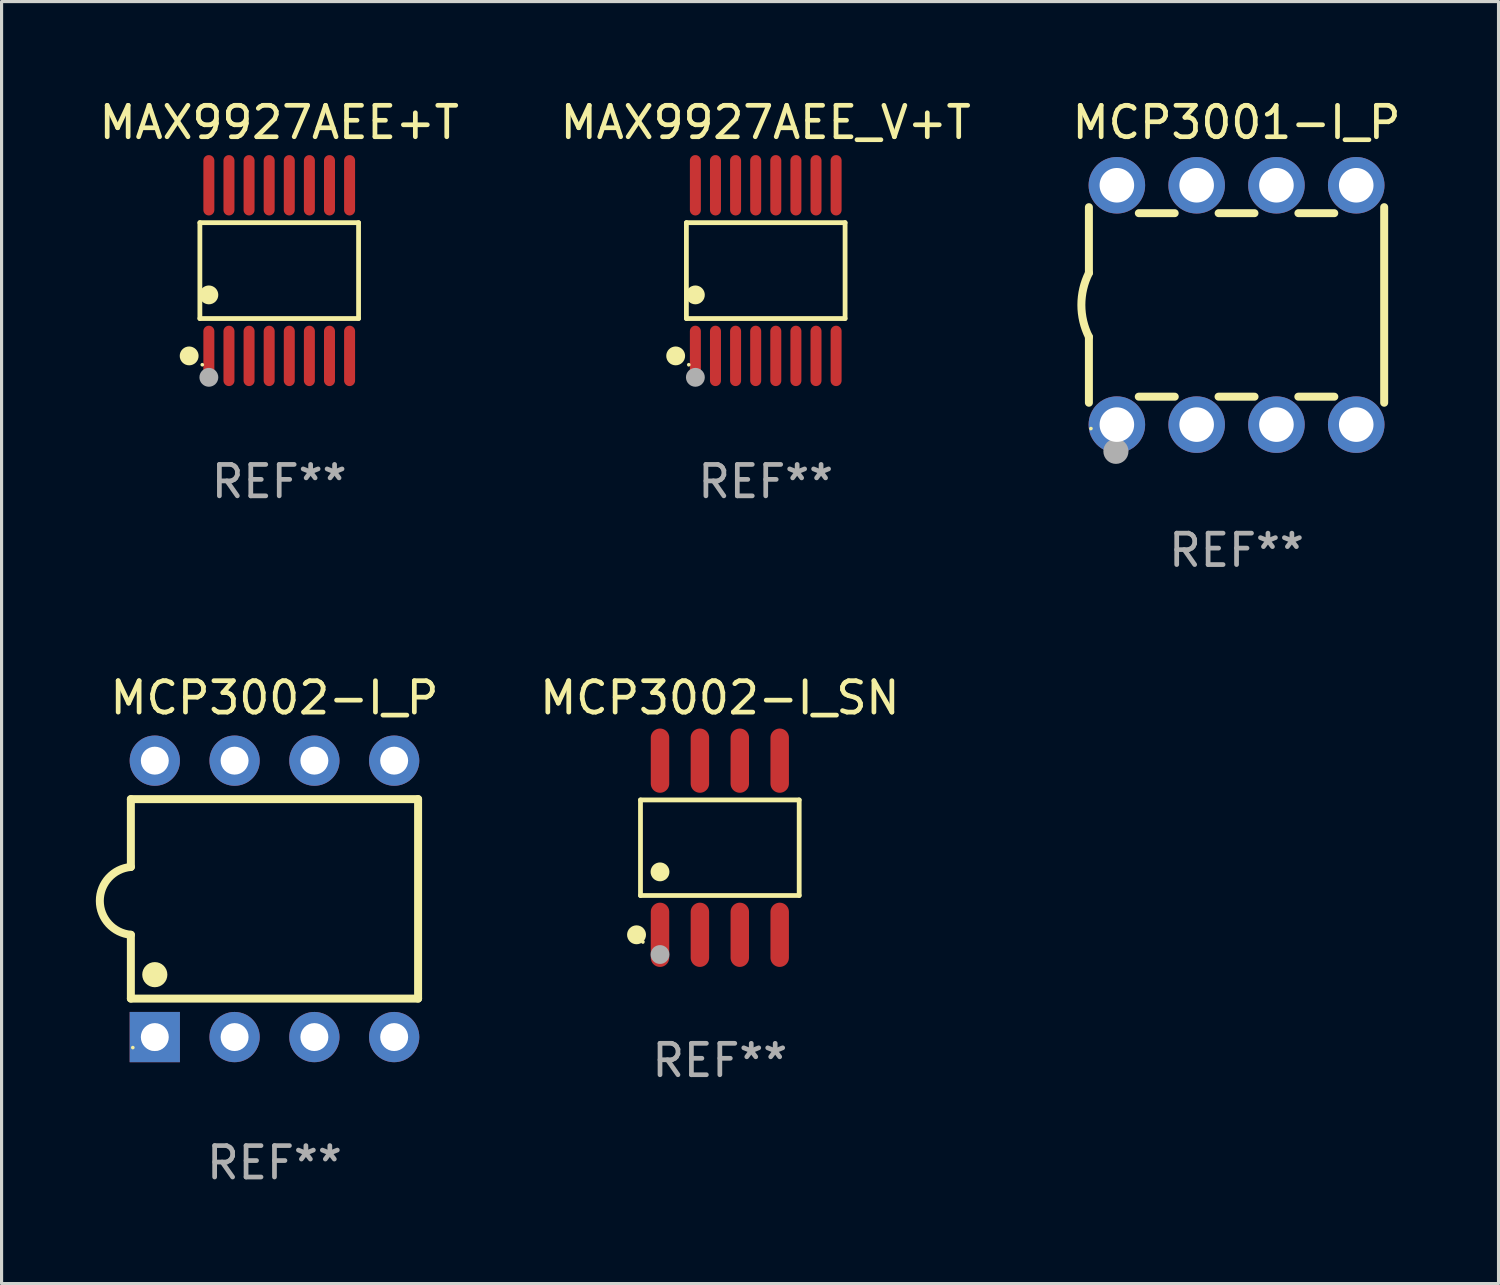
<source format=kicad_pcb>
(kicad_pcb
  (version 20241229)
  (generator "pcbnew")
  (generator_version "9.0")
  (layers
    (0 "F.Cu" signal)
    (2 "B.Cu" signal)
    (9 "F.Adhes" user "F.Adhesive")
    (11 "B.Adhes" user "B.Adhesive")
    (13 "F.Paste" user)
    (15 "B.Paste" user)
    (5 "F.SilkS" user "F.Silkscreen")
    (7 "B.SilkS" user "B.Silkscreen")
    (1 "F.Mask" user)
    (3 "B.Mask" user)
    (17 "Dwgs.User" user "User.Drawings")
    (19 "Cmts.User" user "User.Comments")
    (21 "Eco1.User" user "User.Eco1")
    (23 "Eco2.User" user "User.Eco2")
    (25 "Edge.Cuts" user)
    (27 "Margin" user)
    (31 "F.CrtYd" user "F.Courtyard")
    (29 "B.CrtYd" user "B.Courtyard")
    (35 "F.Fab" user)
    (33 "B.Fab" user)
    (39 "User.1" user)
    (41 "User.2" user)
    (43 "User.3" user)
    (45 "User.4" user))
  (footprint "MAX9927AEE+T"
    (layer "F.Cu")
    (at 5.839 5.564)
    (property "Reference" "MAX9927AEE+T" (at 0 -4.716 0) (layer "F.SilkS") (effects (font (size 1 1) (thickness 0.15))))
    (attr through_hole)
    (fp_line (start -2.526 -1.526) (end 2.526 -1.526) (stroke (width 0.152) (type solid)) (layer "F.SilkS"))
    (fp_line (start -2.526 1.526) (end -2.526 -1.526) (stroke (width 0.152) (type solid)) (layer "F.SilkS"))
    (fp_line (start 2.526 -1.526) (end 2.526 1.526) (stroke (width 0.152) (type solid)) (layer "F.SilkS"))
    (fp_line (start 2.526 1.526) (end -2.526 1.526) (stroke (width 0.152) (type solid)) (layer "F.SilkS"))
    (fp_circle (center -2.867 2.716) (end -2.717 2.716) (stroke (width 0.3) (type solid)) (fill no) (layer "F.SilkS"))
    (fp_circle (center -2.45 2.997) (end -2.42 2.997) (stroke (width 0.06) (type solid)) (fill no) (layer "F.SilkS"))
    (fp_circle (center -2.24 0.774) (end -2.09 0.774) (stroke (width 0.3) (type solid)) (fill no) (layer "F.SilkS"))
    (fp_circle (center -2.24 3.398) (end -2.09 3.398) (stroke (width 0.3) (type solid)) (fill no) (layer "F.Fab"))
    (fp_text user "REF**" (at 0 6.716 0) (layer "F.Fab") (effects (font (size 1 1) (thickness 0.15))))
    (pad "1" smd oval (at -2.24 2.716) (size 0.35 1.922) (layers "F.Cu" "F.Mask" "F.Paste"))
    (pad "2" smd oval (at -1.6 2.716) (size 0.35 1.922) (layers "F.Cu" "F.Mask" "F.Paste"))
    (pad "3" smd oval (at -0.96 2.716) (size 0.35 1.922) (layers "F.Cu" "F.Mask" "F.Paste"))
    (pad "4" smd oval (at -0.32 2.716) (size 0.35 1.922) (layers "F.Cu" "F.Mask" "F.Paste"))
    (pad "5" smd oval (at 0.32 2.716) (size 0.35 1.922) (layers "F.Cu" "F.Mask" "F.Paste"))
    (pad "6" smd oval (at 0.96 2.716) (size 0.35 1.922) (layers "F.Cu" "F.Mask" "F.Paste"))
    (pad "7" smd oval (at 1.6 2.716) (size 0.35 1.922) (layers "F.Cu" "F.Mask" "F.Paste"))
    (pad "8" smd oval (at 2.24 2.716) (size 0.35 1.922) (layers "F.Cu" "F.Mask" "F.Paste"))
    (pad "9" smd oval (at 2.24 -2.716) (size 0.35 1.922) (layers "F.Cu" "F.Mask" "F.Paste"))
    (pad "10" smd oval (at 1.6 -2.716) (size 0.35 1.922) (layers "F.Cu" "F.Mask" "F.Paste"))
    (pad "11" smd oval (at 0.96 -2.716) (size 0.35 1.922) (layers "F.Cu" "F.Mask" "F.Paste"))
    (pad "12" smd oval (at 0.32 -2.716) (size 0.35 1.922) (layers "F.Cu" "F.Mask" "F.Paste"))
    (pad "13" smd oval (at -0.32 -2.716) (size 0.35 1.922) (layers "F.Cu" "F.Mask" "F.Paste"))
    (pad "14" smd oval (at -0.96 -2.716) (size 0.35 1.922) (layers "F.Cu" "F.Mask" "F.Paste"))
    (pad "15" smd oval (at -1.6 -2.716) (size 0.35 1.922) (layers "F.Cu" "F.Mask" "F.Paste"))
    (pad "16" smd oval (at -2.24 -2.716) (size 0.35 1.922) (layers "F.Cu" "F.Mask" "F.Paste")))
  (footprint "MCP3002-I_P"
    (layer "F.Cu")
    (at 5.688 25.565)
    (property "Reference" "MCP3002-I_P" (at 0 -6.4 0) (layer "F.SilkS") (effects (font (size 1 1) (thickness 0.15))))
    (attr through_hole)
    (fp_line (start -4.572 -1.016) (end -4.572 -3.175) (stroke (width 0.254) (type solid)) (layer "F.SilkS"))
    (fp_line (start -4.572 1.143) (end -4.572 3.175) (stroke (width 0.254) (type solid)) (layer "F.SilkS"))
    (fp_line (start -4.572 3.175) (end 4.572 3.175) (stroke (width 0.254) (type solid)) (layer "F.SilkS"))
    (fp_line (start 4.572 -3.175) (end -4.572 -3.175) (stroke (width 0.254) (type solid)) (layer "F.SilkS"))
    (fp_line (start 4.572 3.175) (end 4.572 -3.175) (stroke (width 0.254) (type solid)) (layer "F.SilkS"))
    (fp_arc (start -4.572009 1.143002) (mid -5.56071 0.0635) (end -4.572009 -1.016002) (stroke (width 0.254001) (type solid)) (layer "F.SilkS"))
    (fp_circle (center -4.51 4.735) (end -4.48 4.735) (stroke (width 0.06) (type solid)) (fill no) (layer "F.SilkS"))
    (fp_circle (center -3.81 2.413) (end -3.61 2.413) (stroke (width 0.4) (type solid)) (fill no) (layer "F.SilkS"))
    (fp_circle (center -3.81 4.445) (end -3.61 4.445) (stroke (width 0.4) (type solid)) (fill no) (layer "F.Fab"))
    (fp_text user "REF**" (at 0 8.4 0) (layer "F.Fab") (effects (font (size 1 1) (thickness 0.15))))
    (pad "1" thru_hole rect (at -3.81 4.4) (size 1.6 1.6) (drill 0.889) (layers "*.Cu" "*.Mask"))
    (pad "2" thru_hole circle (at -1.27 4.4) (size 1.6 1.6) (drill 0.889) (layers "*.Cu" "*.Mask"))
    (pad "3" thru_hole circle (at 1.27 4.4) (size 1.6 1.6) (drill 0.889) (layers "*.Cu" "*.Mask"))
    (pad "4" thru_hole circle (at 3.81 4.4) (size 1.6 1.6) (drill 0.889) (layers "*.Cu" "*.Mask"))
    (pad "5" thru_hole circle (at 3.81 -4.4) (size 1.6 1.6) (drill 0.889) (layers "*.Cu" "*.Mask"))
    (pad "6" thru_hole circle (at 1.27 -4.4) (size 1.6 1.6) (drill 0.889) (layers "*.Cu" "*.Mask"))
    (pad "7" thru_hole circle (at -1.27 -4.4) (size 1.6 1.6) (drill 0.889) (layers "*.Cu" "*.Mask"))
    (pad "8" thru_hole circle (at -3.81 -4.4) (size 1.6 1.6) (drill 0.889) (layers "*.Cu" "*.Mask")))
  (footprint "MCP3002-I_SN"
    (layer "F.Cu")
    (at 19.866 23.937)
    (property "Reference" "MCP3002-I_SN" (at 0 -4.772 0) (layer "F.SilkS") (effects (font (size 1 1) (thickness 0.15))))
    (attr through_hole)
    (fp_line (start -2.526 -1.521) (end 2.526 -1.521) (stroke (width 0.152) (type solid)) (layer "F.SilkS"))
    (fp_line (start -2.526 1.521) (end -2.526 -1.521) (stroke (width 0.152) (type solid)) (layer "F.SilkS"))
    (fp_line (start 2.526 -1.521) (end 2.526 1.521) (stroke (width 0.152) (type solid)) (layer "F.SilkS"))
    (fp_line (start 2.526 1.521) (end -2.526 1.521) (stroke (width 0.152) (type solid)) (layer "F.SilkS"))
    (fp_circle (center -2.652 2.772) (end -2.501 2.772) (stroke (width 0.3) (type solid)) (fill no) (layer "F.SilkS"))
    (fp_circle (center -2.45 3) (end -2.42 3) (stroke (width 0.06) (type solid)) (fill no) (layer "F.SilkS"))
    (fp_circle (center -1.905 0.769) (end -1.755 0.769) (stroke (width 0.3) (type solid)) (fill no) (layer "F.SilkS"))
    (fp_circle (center -1.905 3.4) (end -1.755 3.4) (stroke (width 0.3) (type solid)) (fill no) (layer "F.Fab"))
    (fp_text user "REF**" (at 0 6.772 0) (layer "F.Fab") (effects (font (size 1 1) (thickness 0.15))))
    (pad "1" smd oval (at -1.905 2.772) (size 0.588 2.045) (layers "F.Cu" "F.Mask" "F.Paste"))
    (pad "2" smd oval (at -0.635 2.772) (size 0.588 2.045) (layers "F.Cu" "F.Mask" "F.Paste"))
    (pad "3" smd oval (at 0.635 2.772) (size 0.588 2.045) (layers "F.Cu" "F.Mask" "F.Paste"))
    (pad "4" smd oval (at 1.905 2.772) (size 0.588 2.045) (layers "F.Cu" "F.Mask" "F.Paste"))
    (pad "5" smd oval (at 1.905 -2.772) (size 0.588 2.045) (layers "F.Cu" "F.Mask" "F.Paste"))
    (pad "6" smd oval (at 0.635 -2.772) (size 0.588 2.045) (layers "F.Cu" "F.Mask" "F.Paste"))
    (pad "7" smd oval (at -0.635 -2.772) (size 0.588 2.045) (layers "F.Cu" "F.Mask" "F.Paste"))
    (pad "8" smd oval (at -1.905 -2.772) (size 0.588 2.045) (layers "F.Cu" "F.Mask" "F.Paste")))
  (footprint "MCP3001-I_P"
    (layer "F.Cu")
    (at 36.315 6.658)
    (property "Reference" "MCP3001-I_P" (at 0 -5.81 0) (layer "F.SilkS") (effects (font (size 1 1) (thickness 0.15))))
    (attr through_hole)
    (fp_line (start -4.7 -1.017) (end -4.7 -3.113) (stroke (width 0.254) (type solid)) (layer "F.SilkS"))
    (fp_line (start -4.7 1.015) (end -4.7 3.113) (stroke (width 0.254) (type solid)) (layer "F.SilkS"))
    (fp_line (start -3.113 2.92) (end -1.967 2.92) (stroke (width 0.254) (type solid)) (layer "F.SilkS"))
    (fp_line (start -3.111 -2.922) (end -1.969 -2.922) (stroke (width 0.254) (type solid)) (layer "F.SilkS"))
    (fp_line (start -0.573 2.92) (end 0.573 2.92) (stroke (width 0.254) (type solid)) (layer "F.SilkS"))
    (fp_line (start -0.571 -2.922) (end 0.571 -2.922) (stroke (width 0.254) (type solid)) (layer "F.SilkS"))
    (fp_line (start 1.967 2.92) (end 3.113 2.92) (stroke (width 0.254) (type solid)) (layer "F.SilkS"))
    (fp_line (start 1.969 -2.922) (end 3.111 -2.922) (stroke (width 0.254) (type solid)) (layer "F.SilkS"))
    (fp_line (start 4.7 -3.113) (end 4.7 3.113) (stroke (width 0.254) (type solid)) (layer "F.SilkS"))
    (fp_arc (start -4.7 1.01524) (mid -4.939846 -0.000762) (end -4.7 -1.016764) (stroke (width 0.254001) (type solid)) (layer "F.SilkS"))
    (fp_circle (center -4.636 3.935) (end -4.606 3.935) (stroke (width 0.06) (type solid)) (fill no) (layer "F.SilkS"))
    (fp_circle (center -3.84 4.66) (end -3.64 4.66) (stroke (width 0.4) (type solid)) (fill no) (layer "F.Fab"))
    (fp_text user "REF**" (at 0 7.81 0) (layer "F.Fab") (effects (font (size 1 1) (thickness 0.15))))
    (pad "1" thru_hole circle (at -3.81 3.81) (size 1.8 1.8) (drill 1.1) (layers "*.Cu" "*.Mask"))
    (pad "2" thru_hole circle (at -1.27 3.81) (size 1.8 1.8) (drill 1.1) (layers "*.Cu" "*.Mask"))
    (pad "3" thru_hole circle (at 1.27 3.81) (size 1.8 1.8) (drill 1.1) (layers "*.Cu" "*.Mask"))
    (pad "4" thru_hole circle (at 3.81 3.81) (size 1.8 1.8) (drill 1.1) (layers "*.Cu" "*.Mask"))
    (pad "5" thru_hole circle (at 3.81 -3.81) (size 1.8 1.8) (drill 1.1) (layers "*.Cu" "*.Mask"))
    (pad "6" thru_hole circle (at 1.27 -3.81) (size 1.8 1.8) (drill 1.1) (layers "*.Cu" "*.Mask"))
    (pad "7" thru_hole circle (at -1.27 -3.81) (size 1.8 1.8) (drill 1.1) (layers "*.Cu" "*.Mask"))
    (pad "8" thru_hole circle (at -3.81 -3.81) (size 1.8 1.8) (drill 1.1) (layers "*.Cu" "*.Mask")))
  (footprint "MAX9927AEE_V+T"
    (layer "F.Cu")
    (at 21.327 5.564)
    (property "Reference" "MAX9927AEE_V+T" (at 0 -4.716 0) (layer "F.SilkS") (effects (font (size 1 1) (thickness 0.15))))
    (attr through_hole)
    (fp_line (start -2.526 -1.526) (end 2.526 -1.526) (stroke (width 0.152) (type solid)) (layer "F.SilkS"))
    (fp_line (start -2.526 1.526) (end -2.526 -1.526) (stroke (width 0.152) (type solid)) (layer "F.SilkS"))
    (fp_line (start 2.526 -1.526) (end 2.526 1.526) (stroke (width 0.152) (type solid)) (layer "F.SilkS"))
    (fp_line (start 2.526 1.526) (end -2.526 1.526) (stroke (width 0.152) (type solid)) (layer "F.SilkS"))
    (fp_circle (center -2.867 2.716) (end -2.717 2.716) (stroke (width 0.3) (type solid)) (fill no) (layer "F.SilkS"))
    (fp_circle (center -2.45 2.997) (end -2.42 2.997) (stroke (width 0.06) (type solid)) (fill no) (layer "F.SilkS"))
    (fp_circle (center -2.24 0.774) (end -2.09 0.774) (stroke (width 0.3) (type solid)) (fill no) (layer "F.SilkS"))
    (fp_circle (center -2.24 3.398) (end -2.09 3.398) (stroke (width 0.3) (type solid)) (fill no) (layer "F.Fab"))
    (fp_text user "REF**" (at 0 6.716 0) (layer "F.Fab") (effects (font (size 1 1) (thickness 0.15))))
    (pad "1" smd oval (at -2.24 2.716) (size 0.35 1.922) (layers "F.Cu" "F.Mask" "F.Paste"))
    (pad "2" smd oval (at -1.6 2.716) (size 0.35 1.922) (layers "F.Cu" "F.Mask" "F.Paste"))
    (pad "3" smd oval (at -0.96 2.716) (size 0.35 1.922) (layers "F.Cu" "F.Mask" "F.Paste"))
    (pad "4" smd oval (at -0.32 2.716) (size 0.35 1.922) (layers "F.Cu" "F.Mask" "F.Paste"))
    (pad "5" smd oval (at 0.32 2.716) (size 0.35 1.922) (layers "F.Cu" "F.Mask" "F.Paste"))
    (pad "6" smd oval (at 0.96 2.716) (size 0.35 1.922) (layers "F.Cu" "F.Mask" "F.Paste"))
    (pad "7" smd oval (at 1.6 2.716) (size 0.35 1.922) (layers "F.Cu" "F.Mask" "F.Paste"))
    (pad "8" smd oval (at 2.24 2.716) (size 0.35 1.922) (layers "F.Cu" "F.Mask" "F.Paste"))
    (pad "9" smd oval (at 2.24 -2.716) (size 0.35 1.922) (layers "F.Cu" "F.Mask" "F.Paste"))
    (pad "10" smd oval (at 1.6 -2.716) (size 0.35 1.922) (layers "F.Cu" "F.Mask" "F.Paste"))
    (pad "11" smd oval (at 0.96 -2.716) (size 0.35 1.922) (layers "F.Cu" "F.Mask" "F.Paste"))
    (pad "12" smd oval (at 0.32 -2.716) (size 0.35 1.922) (layers "F.Cu" "F.Mask" "F.Paste"))
    (pad "13" smd oval (at -0.32 -2.716) (size 0.35 1.922) (layers "F.Cu" "F.Mask" "F.Paste"))
    (pad "14" smd oval (at -0.96 -2.716) (size 0.35 1.922) (layers "F.Cu" "F.Mask" "F.Paste"))
    (pad "15" smd oval (at -1.6 -2.716) (size 0.35 1.922) (layers "F.Cu" "F.Mask" "F.Paste"))
    (pad "16" smd oval (at -2.24 -2.716) (size 0.35 1.922) (layers "F.Cu" "F.Mask" "F.Paste")))
  (gr_rect
    (start -3 -3)
    (end 44.655 37.813)
    (stroke (width 0.1) (type default))
    (fill no)
    (layer "Edge.Cuts")))
</source>
